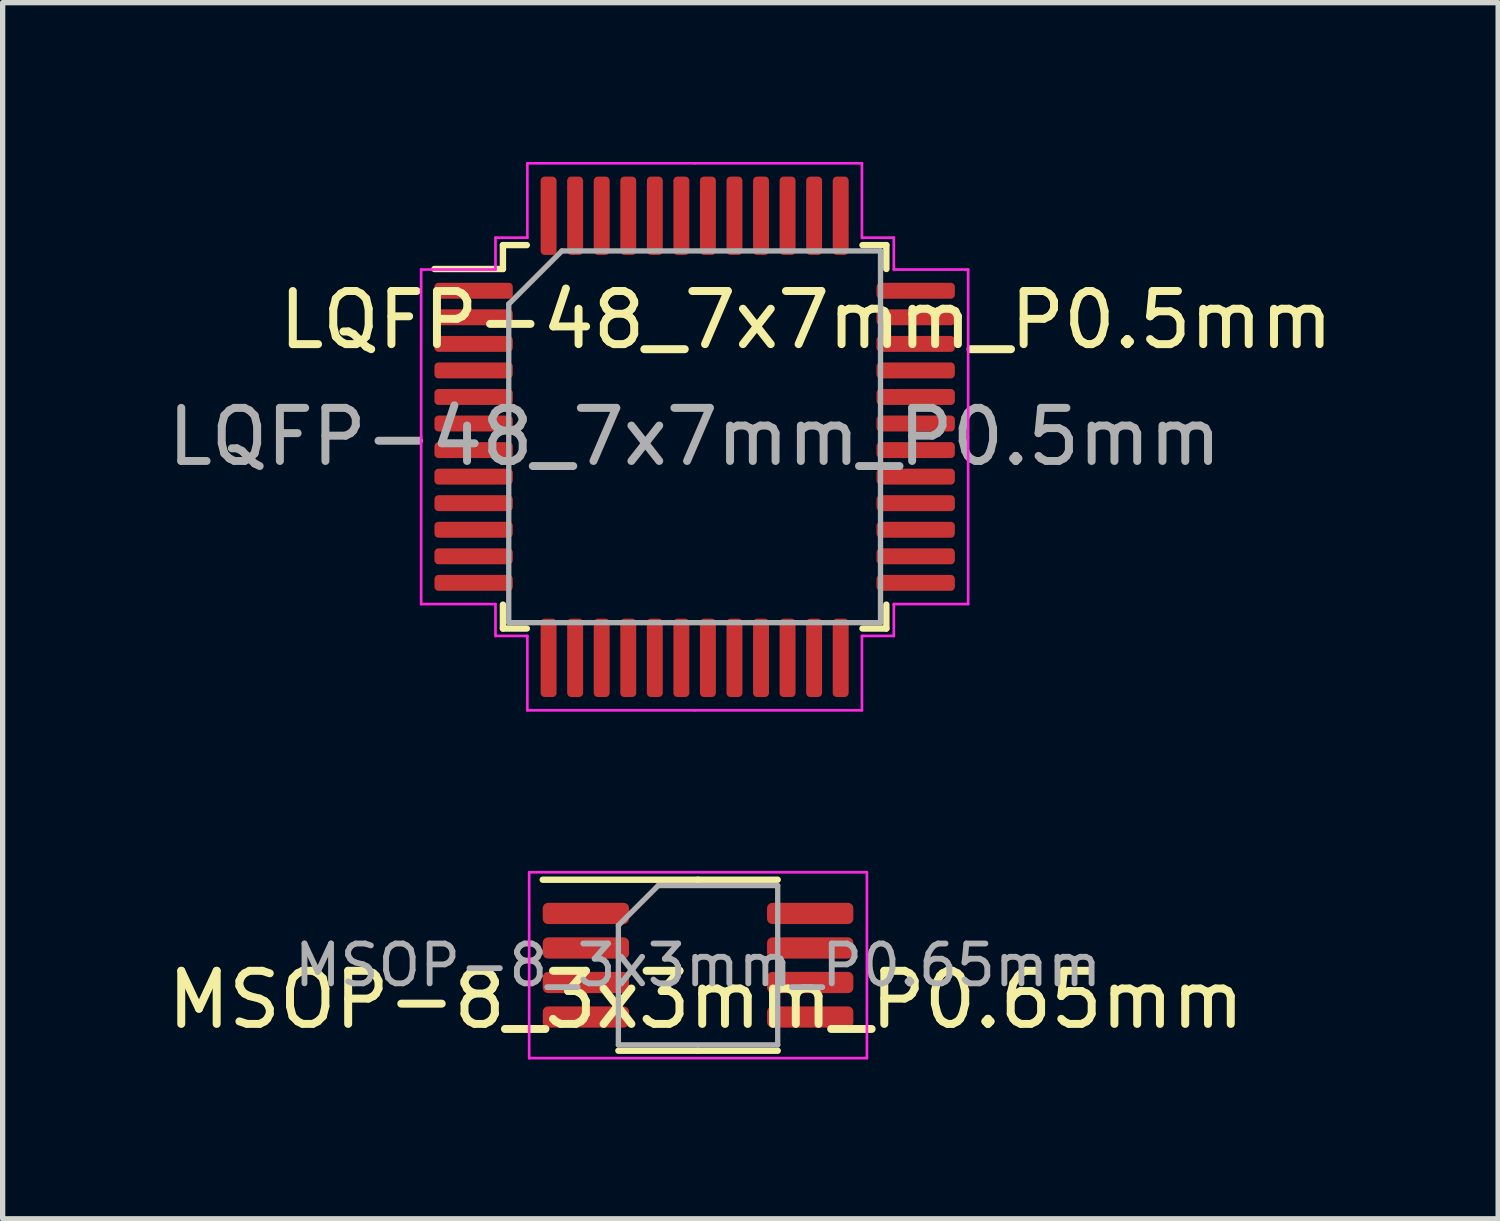
<source format=kicad_pcb>
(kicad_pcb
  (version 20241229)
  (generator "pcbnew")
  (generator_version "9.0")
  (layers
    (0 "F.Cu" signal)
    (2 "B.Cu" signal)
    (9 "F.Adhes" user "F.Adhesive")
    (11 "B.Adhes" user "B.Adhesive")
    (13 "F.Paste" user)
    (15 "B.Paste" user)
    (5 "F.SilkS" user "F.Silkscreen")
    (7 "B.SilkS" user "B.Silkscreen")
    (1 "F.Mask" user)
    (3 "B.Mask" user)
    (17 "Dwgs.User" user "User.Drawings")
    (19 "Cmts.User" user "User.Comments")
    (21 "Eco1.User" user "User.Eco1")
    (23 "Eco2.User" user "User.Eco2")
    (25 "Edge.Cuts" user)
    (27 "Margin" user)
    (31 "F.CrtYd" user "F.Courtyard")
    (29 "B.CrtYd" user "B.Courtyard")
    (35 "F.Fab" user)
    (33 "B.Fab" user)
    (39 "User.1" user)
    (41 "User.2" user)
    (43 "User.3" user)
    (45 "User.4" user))
  (footprint "LQFP-48_7x7mm_P0.5mm"
    (layer "F.Cu")
    (at 10.03 5.175)
    (property "Reference" "LQFP-48_7x7mm_P0.5mm" (at 2.1 -2.2 0) (layer "F.SilkS") (effects (font (size 1 1) (thickness 0.15))))
    (attr smd)
    (fp_line (start -3.61 -3.61) (end -3.61 -3.16) (stroke (width 0.12) (type solid)) (layer "F.SilkS"))
    (fp_line (start -3.61 -3.16) (end -4.9 -3.16) (stroke (width 0.12) (type solid)) (layer "F.SilkS"))
    (fp_line (start -3.61 3.61) (end -3.61 3.16) (stroke (width 0.12) (type solid)) (layer "F.SilkS"))
    (fp_line (start -3.16 -3.61) (end -3.61 -3.61) (stroke (width 0.12) (type solid)) (layer "F.SilkS"))
    (fp_line (start -3.16 3.61) (end -3.61 3.61) (stroke (width 0.12) (type solid)) (layer "F.SilkS"))
    (fp_line (start 3.16 -3.61) (end 3.61 -3.61) (stroke (width 0.12) (type solid)) (layer "F.SilkS"))
    (fp_line (start 3.16 3.61) (end 3.61 3.61) (stroke (width 0.12) (type solid)) (layer "F.SilkS"))
    (fp_line (start 3.61 -3.61) (end 3.61 -3.16) (stroke (width 0.12) (type solid)) (layer "F.SilkS"))
    (fp_line (start 3.61 3.61) (end 3.61 3.16) (stroke (width 0.12) (type solid)) (layer "F.SilkS"))
    (fp_line (start -5.15 -3.15) (end -5.15 0) (stroke (width 0.05) (type solid)) (layer "F.CrtYd"))
    (fp_line (start -5.15 3.15) (end -5.15 0) (stroke (width 0.05) (type solid)) (layer "F.CrtYd"))
    (fp_line (start -3.75 -3.75) (end -3.75 -3.15) (stroke (width 0.05) (type solid)) (layer "F.CrtYd"))
    (fp_line (start -3.75 -3.15) (end -5.15 -3.15) (stroke (width 0.05) (type solid)) (layer "F.CrtYd"))
    (fp_line (start -3.75 3.15) (end -5.15 3.15) (stroke (width 0.05) (type solid)) (layer "F.CrtYd"))
    (fp_line (start -3.75 3.75) (end -3.75 3.15) (stroke (width 0.05) (type solid)) (layer "F.CrtYd"))
    (fp_line (start -3.15 -5.15) (end -3.15 -3.75) (stroke (width 0.05) (type solid)) (layer "F.CrtYd"))
    (fp_line (start -3.15 -3.75) (end -3.75 -3.75) (stroke (width 0.05) (type solid)) (layer "F.CrtYd"))
    (fp_line (start -3.15 3.75) (end -3.75 3.75) (stroke (width 0.05) (type solid)) (layer "F.CrtYd"))
    (fp_line (start -3.15 5.15) (end -3.15 3.75) (stroke (width 0.05) (type solid)) (layer "F.CrtYd"))
    (fp_line (start 0 -5.15) (end -3.15 -5.15) (stroke (width 0.05) (type solid)) (layer "F.CrtYd"))
    (fp_line (start 0 -5.15) (end 3.15 -5.15) (stroke (width 0.05) (type solid)) (layer "F.CrtYd"))
    (fp_line (start 0 5.15) (end -3.15 5.15) (stroke (width 0.05) (type solid)) (layer "F.CrtYd"))
    (fp_line (start 0 5.15) (end 3.15 5.15) (stroke (width 0.05) (type solid)) (layer "F.CrtYd"))
    (fp_line (start 3.15 -5.15) (end 3.15 -3.75) (stroke (width 0.05) (type solid)) (layer "F.CrtYd"))
    (fp_line (start 3.15 -3.75) (end 3.75 -3.75) (stroke (width 0.05) (type solid)) (layer "F.CrtYd"))
    (fp_line (start 3.15 3.75) (end 3.75 3.75) (stroke (width 0.05) (type solid)) (layer "F.CrtYd"))
    (fp_line (start 3.15 5.15) (end 3.15 3.75) (stroke (width 0.05) (type solid)) (layer "F.CrtYd"))
    (fp_line (start 3.75 -3.75) (end 3.75 -3.15) (stroke (width 0.05) (type solid)) (layer "F.CrtYd"))
    (fp_line (start 3.75 -3.15) (end 5.15 -3.15) (stroke (width 0.05) (type solid)) (layer "F.CrtYd"))
    (fp_line (start 3.75 3.15) (end 5.15 3.15) (stroke (width 0.05) (type solid)) (layer "F.CrtYd"))
    (fp_line (start 3.75 3.75) (end 3.75 3.15) (stroke (width 0.05) (type solid)) (layer "F.CrtYd"))
    (fp_line (start 5.15 -3.15) (end 5.15 0) (stroke (width 0.05) (type solid)) (layer "F.CrtYd"))
    (fp_line (start 5.15 3.15) (end 5.15 0) (stroke (width 0.05) (type solid)) (layer "F.CrtYd"))
    (fp_line (start -3.5 -2.5) (end -2.5 -3.5) (stroke (width 0.1) (type solid)) (layer "F.Fab"))
    (fp_line (start -3.5 3.5) (end -3.5 -2.5) (stroke (width 0.1) (type solid)) (layer "F.Fab"))
    (fp_line (start -2.5 -3.5) (end 3.5 -3.5) (stroke (width 0.1) (type solid)) (layer "F.Fab"))
    (fp_line (start 3.5 -3.5) (end 3.5 3.5) (stroke (width 0.1) (type solid)) (layer "F.Fab"))
    (fp_line (start 3.5 3.5) (end -3.5 3.5) (stroke (width 0.1) (type solid)) (layer "F.Fab"))
    (fp_text user "${REFERENCE}" (at 0 0 0) (layer "F.Fab") (effects (font (size 1 1) (thickness 0.15))))
    (pad "1" smd roundrect (at -4.162 -2.75) (size 1.475 0.3) (layers "F.Cu" "F.Mask" "F.Paste") (roundrect_rratio 0.25))
    (pad "2" smd roundrect (at -4.162 -2.25) (size 1.475 0.3) (layers "F.Cu" "F.Mask" "F.Paste") (roundrect_rratio 0.25))
    (pad "3" smd roundrect (at -4.162 -1.75) (size 1.475 0.3) (layers "F.Cu" "F.Mask" "F.Paste") (roundrect_rratio 0.25))
    (pad "4" smd roundrect (at -4.162 -1.25) (size 1.475 0.3) (layers "F.Cu" "F.Mask" "F.Paste") (roundrect_rratio 0.25))
    (pad "5" smd roundrect (at -4.162 -0.75) (size 1.475 0.3) (layers "F.Cu" "F.Mask" "F.Paste") (roundrect_rratio 0.25))
    (pad "6" smd roundrect (at -4.162 -0.25) (size 1.475 0.3) (layers "F.Cu" "F.Mask" "F.Paste") (roundrect_rratio 0.25))
    (pad "7" smd roundrect (at -4.162 0.25) (size 1.475 0.3) (layers "F.Cu" "F.Mask" "F.Paste") (roundrect_rratio 0.25))
    (pad "8" smd roundrect (at -4.162 0.75) (size 1.475 0.3) (layers "F.Cu" "F.Mask" "F.Paste") (roundrect_rratio 0.25))
    (pad "9" smd roundrect (at -4.162 1.25) (size 1.475 0.3) (layers "F.Cu" "F.Mask" "F.Paste") (roundrect_rratio 0.25))
    (pad "10" smd roundrect (at -4.162 1.75) (size 1.475 0.3) (layers "F.Cu" "F.Mask" "F.Paste") (roundrect_rratio 0.25))
    (pad "11" smd roundrect (at -4.162 2.25) (size 1.475 0.3) (layers "F.Cu" "F.Mask" "F.Paste") (roundrect_rratio 0.25))
    (pad "12" smd roundrect (at -4.162 2.75) (size 1.475 0.3) (layers "F.Cu" "F.Mask" "F.Paste") (roundrect_rratio 0.25))
    (pad "13" smd roundrect (at -2.75 4.162) (size 0.3 1.475) (layers "F.Cu" "F.Mask" "F.Paste") (roundrect_rratio 0.25))
    (pad "14" smd roundrect (at -2.25 4.162) (size 0.3 1.475) (layers "F.Cu" "F.Mask" "F.Paste") (roundrect_rratio 0.25))
    (pad "15" smd roundrect (at -1.75 4.162) (size 0.3 1.475) (layers "F.Cu" "F.Mask" "F.Paste") (roundrect_rratio 0.25))
    (pad "16" smd roundrect (at -1.25 4.162) (size 0.3 1.475) (layers "F.Cu" "F.Mask" "F.Paste") (roundrect_rratio 0.25))
    (pad "17" smd roundrect (at -0.75 4.162) (size 0.3 1.475) (layers "F.Cu" "F.Mask" "F.Paste") (roundrect_rratio 0.25))
    (pad "18" smd roundrect (at -0.25 4.162) (size 0.3 1.475) (layers "F.Cu" "F.Mask" "F.Paste") (roundrect_rratio 0.25))
    (pad "19" smd roundrect (at 0.25 4.162) (size 0.3 1.475) (layers "F.Cu" "F.Mask" "F.Paste") (roundrect_rratio 0.25))
    (pad "20" smd roundrect (at 0.75 4.162) (size 0.3 1.475) (layers "F.Cu" "F.Mask" "F.Paste") (roundrect_rratio 0.25))
    (pad "21" smd roundrect (at 1.25 4.162) (size 0.3 1.475) (layers "F.Cu" "F.Mask" "F.Paste") (roundrect_rratio 0.25))
    (pad "22" smd roundrect (at 1.75 4.162) (size 0.3 1.475) (layers "F.Cu" "F.Mask" "F.Paste") (roundrect_rratio 0.25))
    (pad "23" smd roundrect (at 2.25 4.162) (size 0.3 1.475) (layers "F.Cu" "F.Mask" "F.Paste") (roundrect_rratio 0.25))
    (pad "24" smd roundrect (at 2.75 4.162) (size 0.3 1.475) (layers "F.Cu" "F.Mask" "F.Paste") (roundrect_rratio 0.25))
    (pad "25" smd roundrect (at 4.162 2.75) (size 1.475 0.3) (layers "F.Cu" "F.Mask" "F.Paste") (roundrect_rratio 0.25))
    (pad "26" smd roundrect (at 4.162 2.25) (size 1.475 0.3) (layers "F.Cu" "F.Mask" "F.Paste") (roundrect_rratio 0.25))
    (pad "27" smd roundrect (at 4.162 1.75) (size 1.475 0.3) (layers "F.Cu" "F.Mask" "F.Paste") (roundrect_rratio 0.25))
    (pad "28" smd roundrect (at 4.162 1.25) (size 1.475 0.3) (layers "F.Cu" "F.Mask" "F.Paste") (roundrect_rratio 0.25))
    (pad "29" smd roundrect (at 4.162 0.75) (size 1.475 0.3) (layers "F.Cu" "F.Mask" "F.Paste") (roundrect_rratio 0.25))
    (pad "30" smd roundrect (at 4.162 0.25) (size 1.475 0.3) (layers "F.Cu" "F.Mask" "F.Paste") (roundrect_rratio 0.25))
    (pad "31" smd roundrect (at 4.162 -0.25) (size 1.475 0.3) (layers "F.Cu" "F.Mask" "F.Paste") (roundrect_rratio 0.25))
    (pad "32" smd roundrect (at 4.162 -0.75) (size 1.475 0.3) (layers "F.Cu" "F.Mask" "F.Paste") (roundrect_rratio 0.25))
    (pad "33" smd roundrect (at 4.162 -1.25) (size 1.475 0.3) (layers "F.Cu" "F.Mask" "F.Paste") (roundrect_rratio 0.25))
    (pad "34" smd roundrect (at 4.162 -1.75) (size 1.475 0.3) (layers "F.Cu" "F.Mask" "F.Paste") (roundrect_rratio 0.25))
    (pad "35" smd roundrect (at 4.162 -2.25) (size 1.475 0.3) (layers "F.Cu" "F.Mask" "F.Paste") (roundrect_rratio 0.25))
    (pad "36" smd roundrect (at 4.162 -2.75) (size 1.475 0.3) (layers "F.Cu" "F.Mask" "F.Paste") (roundrect_rratio 0.25))
    (pad "37" smd roundrect (at 2.75 -4.162) (size 0.3 1.475) (layers "F.Cu" "F.Mask" "F.Paste") (roundrect_rratio 0.25))
    (pad "38" smd roundrect (at 2.25 -4.162) (size 0.3 1.475) (layers "F.Cu" "F.Mask" "F.Paste") (roundrect_rratio 0.25))
    (pad "39" smd roundrect (at 1.75 -4.162) (size 0.3 1.475) (layers "F.Cu" "F.Mask" "F.Paste") (roundrect_rratio 0.25))
    (pad "40" smd roundrect (at 1.25 -4.162) (size 0.3 1.475) (layers "F.Cu" "F.Mask" "F.Paste") (roundrect_rratio 0.25))
    (pad "41" smd roundrect (at 0.75 -4.162) (size 0.3 1.475) (layers "F.Cu" "F.Mask" "F.Paste") (roundrect_rratio 0.25))
    (pad "42" smd roundrect (at 0.25 -4.162) (size 0.3 1.475) (layers "F.Cu" "F.Mask" "F.Paste") (roundrect_rratio 0.25))
    (pad "43" smd roundrect (at -0.25 -4.162) (size 0.3 1.475) (layers "F.Cu" "F.Mask" "F.Paste") (roundrect_rratio 0.25))
    (pad "44" smd roundrect (at -0.75 -4.162) (size 0.3 1.475) (layers "F.Cu" "F.Mask" "F.Paste") (roundrect_rratio 0.25))
    (pad "45" smd roundrect (at -1.25 -4.162) (size 0.3 1.475) (layers "F.Cu" "F.Mask" "F.Paste") (roundrect_rratio 0.25))
    (pad "46" smd roundrect (at -1.75 -4.162) (size 0.3 1.475) (layers "F.Cu" "F.Mask" "F.Paste") (roundrect_rratio 0.25))
    (pad "47" smd roundrect (at -2.25 -4.162) (size 0.3 1.475) (layers "F.Cu" "F.Mask" "F.Paste") (roundrect_rratio 0.25))
    (pad "48" smd roundrect (at -2.75 -4.162) (size 0.3 1.475) (layers "F.Cu" "F.Mask" "F.Paste") (roundrect_rratio 0.25)))
  (footprint "MSOP-8_3x3mm_P0.65mm"
    (layer "F.Cu")
    (at 10.094 15.125)
    (property "Reference" "MSOP-8_3x3mm_P0.65mm" (at 0.15 0.65 180) (layer "F.SilkS") (effects (font (size 1 1) (thickness 0.15))))
    (attr smd)
    (fp_line (start 0 -1.61) (end -2.925 -1.61) (stroke (width 0.12) (type solid)) (layer "F.SilkS"))
    (fp_line (start 0 -1.61) (end 1.5 -1.61) (stroke (width 0.12) (type solid)) (layer "F.SilkS"))
    (fp_line (start 0 1.61) (end -1.5 1.61) (stroke (width 0.12) (type solid)) (layer "F.SilkS"))
    (fp_line (start 0 1.61) (end 1.5 1.61) (stroke (width 0.12) (type solid)) (layer "F.SilkS"))
    (fp_line (start -3.18 -1.75) (end -3.18 1.75) (stroke (width 0.05) (type solid)) (layer "F.CrtYd"))
    (fp_line (start -3.18 1.75) (end 3.18 1.75) (stroke (width 0.05) (type solid)) (layer "F.CrtYd"))
    (fp_line (start 3.18 -1.75) (end -3.18 -1.75) (stroke (width 0.05) (type solid)) (layer "F.CrtYd"))
    (fp_line (start 3.18 1.75) (end 3.18 -1.75) (stroke (width 0.05) (type solid)) (layer "F.CrtYd"))
    (fp_line (start -1.5 -0.75) (end -0.75 -1.5) (stroke (width 0.1) (type solid)) (layer "F.Fab"))
    (fp_line (start -1.5 1.5) (end -1.5 -0.75) (stroke (width 0.1) (type solid)) (layer "F.Fab"))
    (fp_line (start -0.75 -1.5) (end 1.5 -1.5) (stroke (width 0.1) (type solid)) (layer "F.Fab"))
    (fp_line (start 1.5 -1.5) (end 1.5 1.5) (stroke (width 0.1) (type solid)) (layer "F.Fab"))
    (fp_line (start 1.5 1.5) (end -1.5 1.5) (stroke (width 0.1) (type solid)) (layer "F.Fab"))
    (fp_text user "${REFERENCE}" (at 0 0 180) (layer "F.Fab") (effects (font (size 0.75 0.75) (thickness 0.11))))
    (pad "1" smd roundrect (at -2.112 -0.975) (size 1.625 0.4) (layers "F.Cu" "F.Mask" "F.Paste") (roundrect_rratio 0.25))
    (pad "2" smd roundrect (at -2.112 -0.325) (size 1.625 0.4) (layers "F.Cu" "F.Mask" "F.Paste") (roundrect_rratio 0.25))
    (pad "3" smd roundrect (at -2.112 0.325) (size 1.625 0.4) (layers "F.Cu" "F.Mask" "F.Paste") (roundrect_rratio 0.25))
    (pad "4" smd roundrect (at -2.112 0.975) (size 1.625 0.4) (layers "F.Cu" "F.Mask" "F.Paste") (roundrect_rratio 0.25))
    (pad "5" smd roundrect (at 2.112 0.975) (size 1.625 0.4) (layers "F.Cu" "F.Mask" "F.Paste") (roundrect_rratio 0.25))
    (pad "6" smd roundrect (at 2.112 0.325) (size 1.625 0.4) (layers "F.Cu" "F.Mask" "F.Paste") (roundrect_rratio 0.25))
    (pad "7" smd roundrect (at 2.112 -0.325) (size 1.625 0.4) (layers "F.Cu" "F.Mask" "F.Paste") (roundrect_rratio 0.25))
    (pad "8" smd roundrect (at 2.112 -0.975) (size 1.625 0.4) (layers "F.Cu" "F.Mask" "F.Paste") (roundrect_rratio 0.25)))
  (gr_rect
    (start -3 -3)
    (end 25.16 19.9)
    (stroke (width 0.1) (type default))
    (fill no)
    (layer "Edge.Cuts")))
</source>
